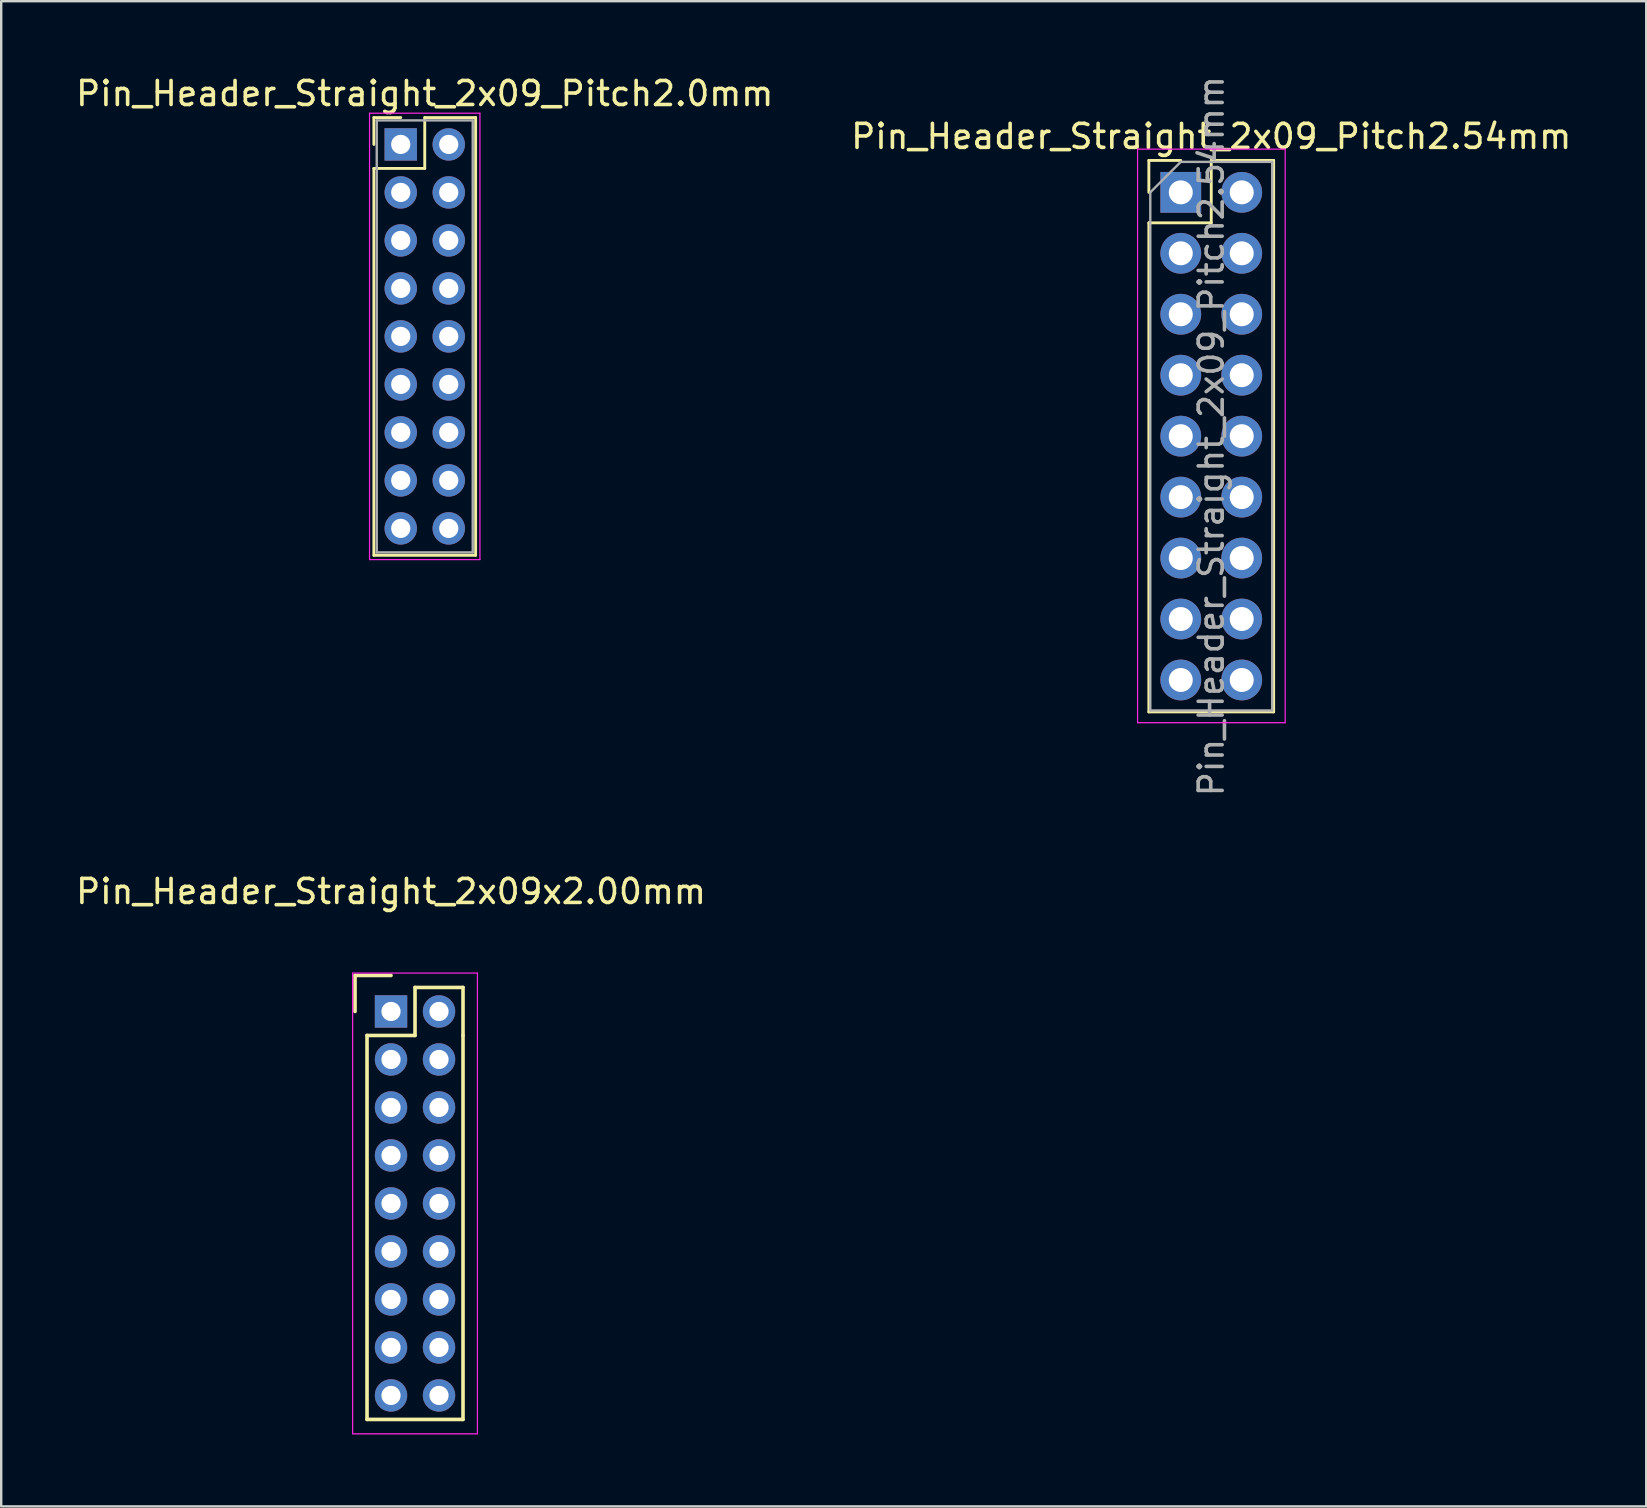
<source format=kicad_pcb>
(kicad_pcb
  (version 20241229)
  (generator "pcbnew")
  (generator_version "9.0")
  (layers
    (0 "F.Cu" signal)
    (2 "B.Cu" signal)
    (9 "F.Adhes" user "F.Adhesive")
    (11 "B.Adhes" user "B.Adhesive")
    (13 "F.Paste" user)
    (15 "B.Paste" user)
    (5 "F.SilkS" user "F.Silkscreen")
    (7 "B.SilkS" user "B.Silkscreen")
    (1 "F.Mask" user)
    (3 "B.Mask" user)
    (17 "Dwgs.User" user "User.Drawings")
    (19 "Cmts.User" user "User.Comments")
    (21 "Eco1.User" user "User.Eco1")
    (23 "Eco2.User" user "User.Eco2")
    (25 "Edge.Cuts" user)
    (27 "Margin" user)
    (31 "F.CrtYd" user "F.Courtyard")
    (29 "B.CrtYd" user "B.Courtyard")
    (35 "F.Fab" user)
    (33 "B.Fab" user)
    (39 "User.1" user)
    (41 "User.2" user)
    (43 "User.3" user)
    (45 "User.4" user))
  (footprint "Pin_Header_Straight_2x09_Pitch2.0mm"
    (layer "F.Cu")
    (at 13.649 2.968)
    (property "Reference" "Pin_Header_Straight_2x09_Pitch2.0mm" (at 1 -2.12 0) (layer "F.SilkS") (effects (font (size 1 1) (thickness 0.15))))
    (attr through_hole)
    (fp_line (start -1.12 -1.12) (end 0 -1.12) (stroke (width 0.12) (type solid)) (layer "F.SilkS"))
    (fp_line (start -1.12 0) (end -1.12 -1.12) (stroke (width 0.12) (type solid)) (layer "F.SilkS"))
    (fp_line (start -1.12 1) (end -1.12 17.12) (stroke (width 0.12) (type solid)) (layer "F.SilkS"))
    (fp_line (start -1.12 17.12) (end 3.12 17.12) (stroke (width 0.12) (type solid)) (layer "F.SilkS"))
    (fp_line (start 1 -1.12) (end 1 1) (stroke (width 0.12) (type solid)) (layer "F.SilkS"))
    (fp_line (start 1 1) (end -1.12 1) (stroke (width 0.12) (type solid)) (layer "F.SilkS"))
    (fp_line (start 3.12 -1.12) (end 1 -1.12) (stroke (width 0.12) (type solid)) (layer "F.SilkS"))
    (fp_line (start 3.12 17.12) (end 3.12 -1.12) (stroke (width 0.12) (type solid)) (layer "F.SilkS"))
    (fp_line (start -1.3 -1.3) (end -1.3 17.3) (stroke (width 0.05) (type solid)) (layer "F.CrtYd"))
    (fp_line (start -1.3 17.3) (end 3.3 17.3) (stroke (width 0.05) (type solid)) (layer "F.CrtYd"))
    (fp_line (start 3.3 -1.3) (end -1.3 -1.3) (stroke (width 0.05) (type solid)) (layer "F.CrtYd"))
    (fp_line (start 3.3 17.3) (end 3.3 -1.3) (stroke (width 0.05) (type solid)) (layer "F.CrtYd"))
    (fp_line (start -1 -1) (end -1 17) (stroke (width 0.1) (type solid)) (layer "F.Fab"))
    (fp_line (start -1 17) (end 3 17) (stroke (width 0.1) (type solid)) (layer "F.Fab"))
    (fp_line (start 3 -1) (end -1 -1) (stroke (width 0.1) (type solid)) (layer "F.Fab"))
    (fp_line (start 3 17) (end 3 -1) (stroke (width 0.1) (type solid)) (layer "F.Fab"))
    (pad "1" thru_hole rect (at 0 0) (size 1.35 1.35) (drill 0.8) (layers "*.Cu" "*.Mask"))
    (pad "2" thru_hole oval (at 2 0) (size 1.35 1.35) (drill 0.8) (layers "*.Cu" "*.Mask"))
    (pad "3" thru_hole oval (at 0 2) (size 1.35 1.35) (drill 0.8) (layers "*.Cu" "*.Mask"))
    (pad "4" thru_hole oval (at 2 2) (size 1.35 1.35) (drill 0.8) (layers "*.Cu" "*.Mask"))
    (pad "5" thru_hole oval (at 0 4) (size 1.35 1.35) (drill 0.8) (layers "*.Cu" "*.Mask"))
    (pad "6" thru_hole oval (at 2 4) (size 1.35 1.35) (drill 0.8) (layers "*.Cu" "*.Mask"))
    (pad "7" thru_hole oval (at 0 6) (size 1.35 1.35) (drill 0.8) (layers "*.Cu" "*.Mask"))
    (pad "8" thru_hole oval (at 2 6) (size 1.35 1.35) (drill 0.8) (layers "*.Cu" "*.Mask"))
    (pad "9" thru_hole oval (at 0 8) (size 1.35 1.35) (drill 0.8) (layers "*.Cu" "*.Mask"))
    (pad "10" thru_hole oval (at 2 8) (size 1.35 1.35) (drill 0.8) (layers "*.Cu" "*.Mask"))
    (pad "11" thru_hole oval (at 0 10) (size 1.35 1.35) (drill 0.8) (layers "*.Cu" "*.Mask"))
    (pad "12" thru_hole oval (at 2 10) (size 1.35 1.35) (drill 0.8) (layers "*.Cu" "*.Mask"))
    (pad "13" thru_hole oval (at 0 12) (size 1.35 1.35) (drill 0.8) (layers "*.Cu" "*.Mask"))
    (pad "14" thru_hole oval (at 2 12) (size 1.35 1.35) (drill 0.8) (layers "*.Cu" "*.Mask"))
    (pad "15" thru_hole oval (at 0 14) (size 1.35 1.35) (drill 0.8) (layers "*.Cu" "*.Mask"))
    (pad "16" thru_hole oval (at 2 14) (size 1.35 1.35) (drill 0.8) (layers "*.Cu" "*.Mask"))
    (pad "17" thru_hole oval (at 0 16) (size 1.35 1.35) (drill 0.8) (layers "*.Cu" "*.Mask"))
    (pad "18" thru_hole oval (at 2 16) (size 1.35 1.35) (drill 0.8) (layers "*.Cu" "*.Mask")))
  (footprint "Pin_Header_Straight_2x09x2.00mm"
    (layer "F.Cu")
    (at 13.244 39.098)
    (property "Reference" "Pin_Header_Straight_2x09x2.00mm" (at 0 -5 0) (layer "F.SilkS") (effects (font (size 1 1) (thickness 0.15))))
    (attr through_hole)
    (fp_line (start -1.5 -1.5) (end 0 -1.5) (stroke (width 0.15) (type solid)) (layer "F.SilkS"))
    (fp_line (start -1.5 0) (end -1.5 -1.5) (stroke (width 0.15) (type solid)) (layer "F.SilkS"))
    (fp_line (start -1 1) (end 1 1) (stroke (width 0.15) (type solid)) (layer "F.SilkS"))
    (fp_line (start -1 17) (end -1 1) (stroke (width 0.15) (type solid)) (layer "F.SilkS"))
    (fp_line (start 1 -1) (end 3 -1) (stroke (width 0.15) (type solid)) (layer "F.SilkS"))
    (fp_line (start 1 1) (end 1 -1) (stroke (width 0.15) (type solid)) (layer "F.SilkS"))
    (fp_line (start 3 -1) (end 3 1) (stroke (width 0.15) (type solid)) (layer "F.SilkS"))
    (fp_line (start 3 1) (end 3 17) (stroke (width 0.15) (type solid)) (layer "F.SilkS"))
    (fp_line (start 3 17) (end -1 17) (stroke (width 0.15) (type solid)) (layer "F.SilkS"))
    (fp_line (start -1.6 -1.6) (end 3.6 -1.6) (stroke (width 0.05) (type solid)) (layer "F.CrtYd"))
    (fp_line (start -1.6 17.6) (end -1.6 -1.6) (stroke (width 0.05) (type solid)) (layer "F.CrtYd"))
    (fp_line (start 3.6 -1.6) (end 3.6 17.6) (stroke (width 0.05) (type solid)) (layer "F.CrtYd"))
    (fp_line (start 3.6 17.6) (end -1.6 17.6) (stroke (width 0.05) (type solid)) (layer "F.CrtYd"))
    (pad "1" thru_hole rect (at 0 0) (size 1.35 1.35) (drill 0.8) (layers "*.Cu" "*.Mask"))
    (pad "2" thru_hole circle (at 2 0) (size 1.35 1.35) (drill 0.8) (layers "*.Cu" "*.Mask"))
    (pad "3" thru_hole circle (at 0 2) (size 1.35 1.35) (drill 0.8) (layers "*.Cu" "*.Mask"))
    (pad "4" thru_hole circle (at 2 2) (size 1.35 1.35) (drill 0.8) (layers "*.Cu" "*.Mask"))
    (pad "5" thru_hole circle (at 0 4) (size 1.35 1.35) (drill 0.8) (layers "*.Cu" "*.Mask"))
    (pad "6" thru_hole circle (at 2 4) (size 1.35 1.35) (drill 0.8) (layers "*.Cu" "*.Mask"))
    (pad "7" thru_hole circle (at 0 6) (size 1.35 1.35) (drill 0.8) (layers "*.Cu" "*.Mask"))
    (pad "8" thru_hole circle (at 2 6) (size 1.35 1.35) (drill 0.8) (layers "*.Cu" "*.Mask"))
    (pad "9" thru_hole circle (at 0 8) (size 1.35 1.35) (drill 0.8) (layers "*.Cu" "*.Mask"))
    (pad "10" thru_hole circle (at 2 8) (size 1.35 1.35) (drill 0.8) (layers "*.Cu" "*.Mask"))
    (pad "11" thru_hole circle (at 0 10) (size 1.35 1.35) (drill 0.8) (layers "*.Cu" "*.Mask"))
    (pad "12" thru_hole circle (at 2 10) (size 1.35 1.35) (drill 0.8) (layers "*.Cu" "*.Mask"))
    (pad "13" thru_hole circle (at 0 12) (size 1.35 1.35) (drill 0.8) (layers "*.Cu" "*.Mask"))
    (pad "14" thru_hole circle (at 2 12) (size 1.35 1.35) (drill 0.8) (layers "*.Cu" "*.Mask"))
    (pad "15" thru_hole circle (at 0 14) (size 1.35 1.35) (drill 0.8) (layers "*.Cu" "*.Mask"))
    (pad "16" thru_hole circle (at 2 14) (size 1.35 1.35) (drill 0.8) (layers "*.Cu" "*.Mask"))
    (pad "17" thru_hole circle (at 0 16) (size 1.35 1.35) (drill 0.8) (layers "*.Cu" "*.Mask"))
    (pad "18" thru_hole circle (at 2 16) (size 1.35 1.35) (drill 0.8) (layers "*.Cu" "*.Mask")))
  (footprint "Pin_Header_Straight_2x09_Pitch2.54mm"
    (layer "F.Cu")
    (at 46.153 4.965)
    (property "Reference" "Pin_Header_Straight_2x09_Pitch2.54mm" (at 1.27 -2.33 0) (layer "F.SilkS") (effects (font (size 1 1) (thickness 0.15))))
    (attr through_hole)
    (fp_line (start -1.33 -1.33) (end 0 -1.33) (stroke (width 0.12) (type solid)) (layer "F.SilkS"))
    (fp_line (start -1.33 0) (end -1.33 -1.33) (stroke (width 0.12) (type solid)) (layer "F.SilkS"))
    (fp_line (start -1.33 1.27) (end -1.33 21.65) (stroke (width 0.12) (type solid)) (layer "F.SilkS"))
    (fp_line (start -1.33 21.65) (end 3.87 21.65) (stroke (width 0.12) (type solid)) (layer "F.SilkS"))
    (fp_line (start 1.27 -1.33) (end 1.27 1.27) (stroke (width 0.12) (type solid)) (layer "F.SilkS"))
    (fp_line (start 1.27 1.27) (end -1.33 1.27) (stroke (width 0.12) (type solid)) (layer "F.SilkS"))
    (fp_line (start 3.87 -1.33) (end 1.27 -1.33) (stroke (width 0.12) (type solid)) (layer "F.SilkS"))
    (fp_line (start 3.87 21.65) (end 3.87 -1.33) (stroke (width 0.12) (type solid)) (layer "F.SilkS"))
    (fp_line (start -1.8 -1.8) (end -1.8 22.1) (stroke (width 0.05) (type solid)) (layer "F.CrtYd"))
    (fp_line (start -1.8 22.1) (end 4.35 22.1) (stroke (width 0.05) (type solid)) (layer "F.CrtYd"))
    (fp_line (start 4.35 -1.8) (end -1.8 -1.8) (stroke (width 0.05) (type solid)) (layer "F.CrtYd"))
    (fp_line (start 4.35 22.1) (end 4.35 -1.8) (stroke (width 0.05) (type solid)) (layer "F.CrtYd"))
    (fp_line (start -1.27 0) (end 0 -1.27) (stroke (width 0.1) (type solid)) (layer "F.Fab"))
    (fp_line (start -1.27 21.59) (end -1.27 0) (stroke (width 0.1) (type solid)) (layer "F.Fab"))
    (fp_line (start 0 -1.27) (end 3.81 -1.27) (stroke (width 0.1) (type solid)) (layer "F.Fab"))
    (fp_line (start 3.81 -1.27) (end 3.81 21.59) (stroke (width 0.1) (type solid)) (layer "F.Fab"))
    (fp_line (start 3.81 21.59) (end -1.27 21.59) (stroke (width 0.1) (type solid)) (layer "F.Fab"))
    (fp_text user "${REFERENCE}" (at 1.27 10.16 90) (layer "F.Fab") (effects (font (size 1 1) (thickness 0.15))))
    (pad "1" thru_hole rect (at 0 0) (size 1.7 1.7) (drill 1) (layers "*.Cu" "*.Mask"))
    (pad "2" thru_hole oval (at 2.54 0) (size 1.7 1.7) (drill 1) (layers "*.Cu" "*.Mask"))
    (pad "3" thru_hole oval (at 0 2.54) (size 1.7 1.7) (drill 1) (layers "*.Cu" "*.Mask"))
    (pad "4" thru_hole oval (at 2.54 2.54) (size 1.7 1.7) (drill 1) (layers "*.Cu" "*.Mask"))
    (pad "5" thru_hole oval (at 0 5.08) (size 1.7 1.7) (drill 1) (layers "*.Cu" "*.Mask"))
    (pad "6" thru_hole oval (at 2.54 5.08) (size 1.7 1.7) (drill 1) (layers "*.Cu" "*.Mask"))
    (pad "7" thru_hole oval (at 0 7.62) (size 1.7 1.7) (drill 1) (layers "*.Cu" "*.Mask"))
    (pad "8" thru_hole oval (at 2.54 7.62) (size 1.7 1.7) (drill 1) (layers "*.Cu" "*.Mask"))
    (pad "9" thru_hole oval (at 0 10.16) (size 1.7 1.7) (drill 1) (layers "*.Cu" "*.Mask"))
    (pad "10" thru_hole oval (at 2.54 10.16) (size 1.7 1.7) (drill 1) (layers "*.Cu" "*.Mask"))
    (pad "11" thru_hole oval (at 0 12.7) (size 1.7 1.7) (drill 1) (layers "*.Cu" "*.Mask"))
    (pad "12" thru_hole oval (at 2.54 12.7) (size 1.7 1.7) (drill 1) (layers "*.Cu" "*.Mask"))
    (pad "13" thru_hole oval (at 0 15.24) (size 1.7 1.7) (drill 1) (layers "*.Cu" "*.Mask"))
    (pad "14" thru_hole oval (at 2.54 15.24) (size 1.7 1.7) (drill 1) (layers "*.Cu" "*.Mask"))
    (pad "15" thru_hole oval (at 0 17.78) (size 1.7 1.7) (drill 1) (layers "*.Cu" "*.Mask"))
    (pad "16" thru_hole oval (at 2.54 17.78) (size 1.7 1.7) (drill 1) (layers "*.Cu" "*.Mask"))
    (pad "17" thru_hole oval (at 0 20.32) (size 1.7 1.7) (drill 1) (layers "*.Cu" "*.Mask"))
    (pad "18" thru_hole oval (at 2.54 20.32) (size 1.7 1.7) (drill 1) (layers "*.Cu" "*.Mask")))
  (gr_rect
    (start -3 -3)
    (end 65.548 59.723)
    (stroke (width 0.1) (type default))
    (fill no)
    (layer "Edge.Cuts")))
</source>
